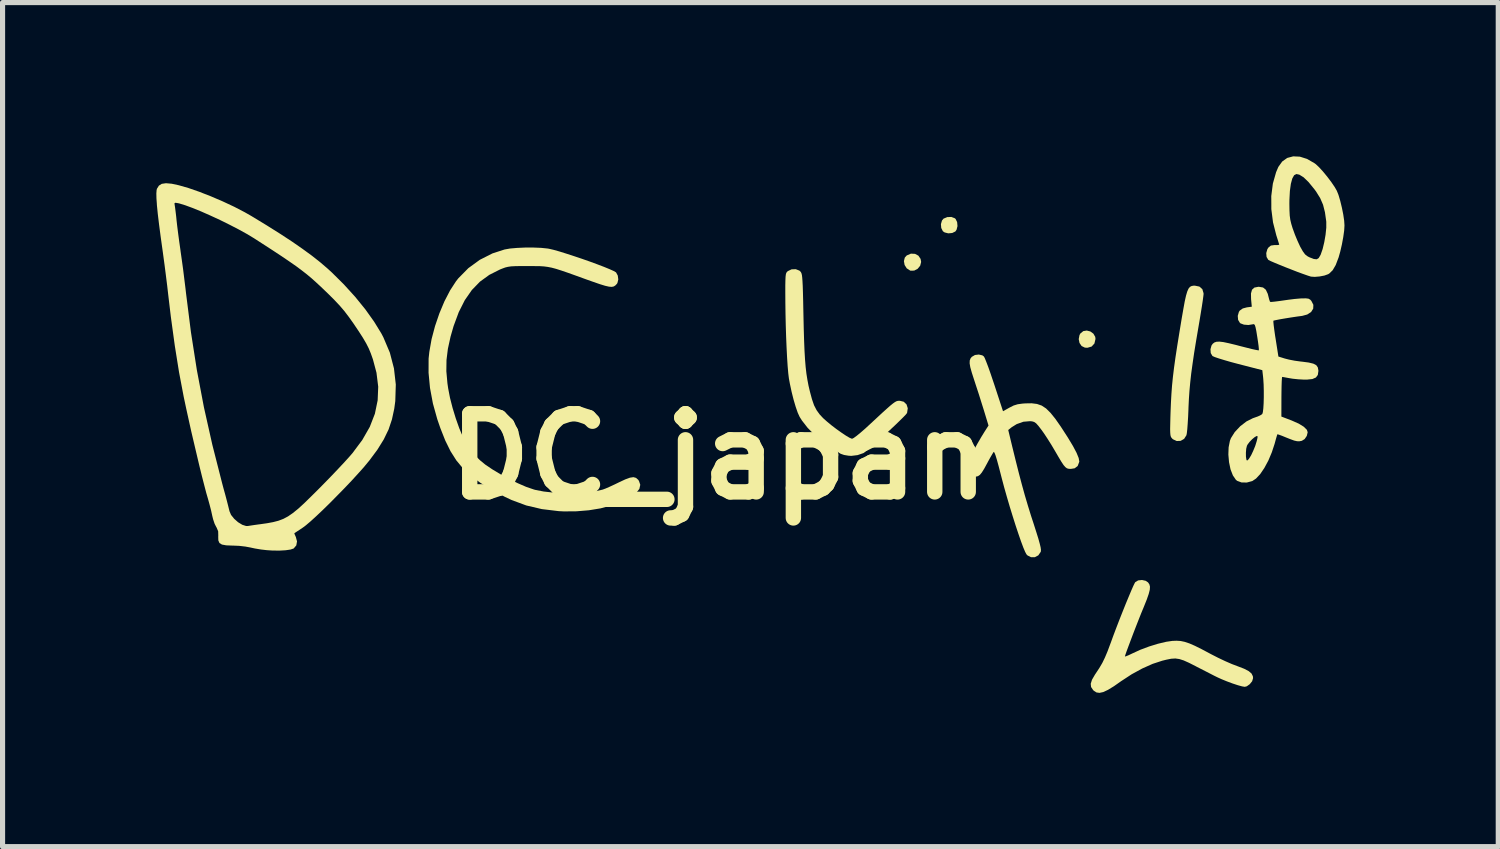
<source format=kicad_pcb>
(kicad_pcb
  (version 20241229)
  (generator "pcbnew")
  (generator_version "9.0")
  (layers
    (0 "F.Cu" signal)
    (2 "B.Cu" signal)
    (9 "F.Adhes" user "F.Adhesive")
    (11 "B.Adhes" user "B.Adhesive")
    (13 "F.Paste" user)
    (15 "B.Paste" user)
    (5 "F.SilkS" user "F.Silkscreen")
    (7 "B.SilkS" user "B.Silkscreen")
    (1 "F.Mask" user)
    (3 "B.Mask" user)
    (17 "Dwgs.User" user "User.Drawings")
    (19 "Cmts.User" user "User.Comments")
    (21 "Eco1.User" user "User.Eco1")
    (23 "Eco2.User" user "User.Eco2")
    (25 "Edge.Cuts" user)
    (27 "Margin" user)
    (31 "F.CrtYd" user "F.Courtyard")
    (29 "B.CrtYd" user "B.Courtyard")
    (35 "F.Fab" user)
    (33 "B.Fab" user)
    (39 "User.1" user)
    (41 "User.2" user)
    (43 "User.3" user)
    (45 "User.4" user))
  (footprint "DC_japan"
    (layer "F.Cu")
    (at 10.975 5.856)
    (property "Reference" "DC_japan" (at 0 0 0) (layer "F.SilkS") (effects (font (size 1.524 1.524) (thickness 0.3))))
    (attr board_only exclude_from_pos_files exclude_from_bom)
    (fp_poly (pts (xy 3.824 -3.954) (xy 3.89 -3.919) (xy 3.933 -3.856) (xy 3.944 -3.796) (xy 3.925 -3.722) (xy 3.875 -3.662) (xy 3.808 -3.627) (xy 3.736 -3.626) (xy 3.728 -3.629) (xy 3.662 -3.672) (xy 3.621 -3.738) (xy 3.608 -3.812) (xy 3.625 -3.881) (xy 3.663 -3.923) (xy 3.744 -3.958)) (stroke (width 0) (type solid)) (fill yes) (layer "F.SilkS"))
    (fp_poly (pts (xy 7.245 -2.44) (xy 7.304 -2.397) (xy 7.34 -2.335) (xy 7.345 -2.294) (xy 7.324 -2.205) (xy 7.27 -2.146) (xy 7.188 -2.122) (xy 7.137 -2.125) (xy 7.074 -2.156) (xy 7.033 -2.216) (xy 7.018 -2.291) (xy 7.033 -2.37) (xy 7.052 -2.403) (xy 7.107 -2.447) (xy 7.175 -2.458)) (stroke (width 0) (type solid)) (fill yes) (layer "F.SilkS"))
    (fp_poly (pts (xy 4.599 -4.649) (xy 4.616 -4.635) (xy 4.646 -4.573) (xy 4.653 -4.496) (xy 4.635 -4.425) (xy 4.612 -4.391) (xy 4.55 -4.361) (xy 4.473 -4.354) (xy 4.402 -4.372) (xy 4.368 -4.395) (xy 4.336 -4.459) (xy 4.33 -4.534) (xy 4.35 -4.604) (xy 4.381 -4.641) (xy 4.454 -4.671) (xy 4.533 -4.674)) (stroke (width 0) (type solid)) (fill yes) (layer "F.SilkS"))
    (fp_poly (pts (xy 9.371 -3.316) (xy 9.429 -3.266) (xy 9.453 -3.186) (xy 9.453 -3.165) (xy 9.448 -3.122) (xy 9.437 -3.04) (xy 9.42 -2.928) (xy 9.398 -2.792) (xy 9.373 -2.641) (xy 9.357 -2.547) (xy 9.309 -2.265) (xy 9.269 -2.02) (xy 9.238 -1.807) (xy 9.212 -1.618) (xy 9.193 -1.445) (xy 9.178 -1.282) (xy 9.167 -1.122) (xy 9.159 -0.956) (xy 9.158 -0.92) (xy 9.152 -0.778) (xy 9.144 -0.648) (xy 9.136 -0.538) (xy 9.127 -0.457) (xy 9.119 -0.416) (xy 9.074 -0.345) (xy 9.006 -0.306) (xy 8.929 -0.303) (xy 8.856 -0.337) (xy 8.843 -0.349) (xy 8.827 -0.367) (xy 8.815 -0.388) (xy 8.807 -0.418) (xy 8.803 -0.465) (xy 8.801 -0.534) (xy 8.803 -0.631) (xy 8.806 -0.764) (xy 8.81 -0.888) (xy 8.817 -1.057) (xy 8.826 -1.219) (xy 8.838 -1.382) (xy 8.855 -1.55) (xy 8.877 -1.732) (xy 8.905 -1.934) (xy 8.94 -2.162) (xy 8.982 -2.422) (xy 9.026 -2.69) (xy 9.059 -2.879) (xy 9.086 -3.027) (xy 9.111 -3.139) (xy 9.135 -3.22) (xy 9.16 -3.276) (xy 9.188 -3.31) (xy 9.221 -3.327) (xy 9.261 -3.334) (xy 9.282 -3.334)) (stroke (width 0) (type solid)) (fill yes) (layer "F.SilkS"))
    (fp_poly (pts (xy 8.325 2.424) (xy 8.37 2.455) (xy 8.396 2.493) (xy 8.408 2.538) (xy 8.404 2.599) (xy 8.383 2.681) (xy 8.345 2.79) (xy 8.287 2.935) (xy 8.284 2.942) (xy 8.238 3.053) (xy 8.188 3.179) (xy 8.135 3.314) (xy 8.082 3.451) (xy 8.033 3.581) (xy 7.989 3.698) (xy 7.953 3.795) (xy 7.929 3.864) (xy 7.919 3.898) (xy 7.919 3.9) (xy 7.937 3.897) (xy 7.987 3.877) (xy 8.057 3.844) (xy 8.063 3.841) (xy 8.22 3.769) (xy 8.391 3.705) (xy 8.563 3.652) (xy 8.722 3.614) (xy 8.845 3.596) (xy 8.928 3.593) (xy 9.006 3.598) (xy 9.086 3.615) (xy 9.176 3.645) (xy 9.282 3.691) (xy 9.413 3.756) (xy 9.575 3.842) (xy 9.605 3.858) (xy 9.734 3.924) (xy 9.873 3.99) (xy 10.006 4.048) (xy 10.114 4.089) (xy 10.244 4.139) (xy 10.334 4.186) (xy 10.389 4.233) (xy 10.415 4.286) (xy 10.419 4.322) (xy 10.401 4.383) (xy 10.354 4.441) (xy 10.296 4.482) (xy 10.256 4.492) (xy 10.203 4.483) (xy 10.12 4.46) (xy 10.017 4.426) (xy 9.907 4.385) (xy 9.802 4.342) (xy 9.725 4.307) (xy 9.656 4.273) (xy 9.559 4.223) (xy 9.444 4.164) (xy 9.324 4.103) (xy 9.3 4.09) (xy 9.168 4.023) (xy 9.065 3.977) (xy 8.98 3.95) (xy 8.903 3.939) (xy 8.822 3.944) (xy 8.726 3.963) (xy 8.646 3.983) (xy 8.46 4.044) (xy 8.258 4.134) (xy 8.051 4.247) (xy 7.854 4.376) (xy 7.849 4.379) (xy 7.705 4.48) (xy 7.589 4.551) (xy 7.497 4.594) (xy 7.424 4.61) (xy 7.365 4.602) (xy 7.314 4.57) (xy 7.298 4.554) (xy 7.259 4.496) (xy 7.252 4.432) (xy 7.277 4.353) (xy 7.335 4.253) (xy 7.348 4.234) (xy 7.42 4.125) (xy 7.478 4.026) (xy 7.529 3.921) (xy 7.58 3.8) (xy 7.637 3.647) (xy 7.64 3.64) (xy 7.693 3.494) (xy 7.752 3.338) (xy 7.814 3.177) (xy 7.877 3.018) (xy 7.938 2.866) (xy 7.995 2.729) (xy 8.044 2.612) (xy 8.084 2.521) (xy 8.112 2.464) (xy 8.122 2.449) (xy 8.177 2.416) (xy 8.252 2.408)) (stroke (width 0) (type solid)) (fill yes) (layer "F.SilkS"))
    (fp_poly (pts (xy 1.569 -3.627) (xy 1.588 -3.61) (xy 1.6 -3.594) (xy 1.61 -3.572) (xy 1.618 -3.54) (xy 1.624 -3.492) (xy 1.629 -3.424) (xy 1.634 -3.331) (xy 1.638 -3.207) (xy 1.642 -3.05) (xy 1.646 -2.852) (xy 1.648 -2.755) (xy 1.654 -2.485) (xy 1.661 -2.255) (xy 1.669 -2.059) (xy 1.679 -1.892) (xy 1.691 -1.746) (xy 1.706 -1.617) (xy 1.725 -1.498) (xy 1.747 -1.382) (xy 1.773 -1.272) (xy 1.814 -1.119) (xy 1.855 -1) (xy 1.904 -0.905) (xy 1.964 -0.822) (xy 2.032 -0.749) (xy 2.105 -0.684) (xy 2.193 -0.611) (xy 2.29 -0.537) (xy 2.387 -0.468) (xy 2.475 -0.409) (xy 2.546 -0.367) (xy 2.591 -0.348) (xy 2.597 -0.347) (xy 2.628 -0.362) (xy 2.686 -0.404) (xy 2.764 -0.468) (xy 2.855 -0.547) (xy 2.921 -0.608) (xy 3.067 -0.743) (xy 3.183 -0.851) (xy 3.274 -0.933) (xy 3.343 -0.994) (xy 3.395 -1.036) (xy 3.433 -1.063) (xy 3.463 -1.079) (xy 3.488 -1.086) (xy 3.512 -1.088) (xy 3.528 -1.088) (xy 3.605 -1.069) (xy 3.659 -1.017) (xy 3.683 -0.942) (xy 3.67 -0.854) (xy 3.668 -0.849) (xy 3.646 -0.82) (xy 3.595 -0.767) (xy 3.521 -0.694) (xy 3.431 -0.607) (xy 3.329 -0.512) (xy 3.222 -0.413) (xy 3.116 -0.318) (xy 3.017 -0.23) (xy 2.931 -0.156) (xy 2.864 -0.1) (xy 2.821 -0.069) (xy 2.817 -0.067) (xy 2.704 -0.028) (xy 2.58 -0.013) (xy 2.524 -0.017) (xy 2.44 -0.031) (xy 2.374 -0.054) (xy 2.31 -0.093) (xy 2.235 -0.151) (xy 2.146 -0.22) (xy 2.049 -0.29) (xy 1.983 -0.335) (xy 1.855 -0.433) (xy 1.729 -0.561) (xy 1.619 -0.702) (xy 1.573 -0.775) (xy 1.537 -0.854) (xy 1.497 -0.969) (xy 1.456 -1.108) (xy 1.417 -1.263) (xy 1.383 -1.422) (xy 1.364 -1.525) (xy 1.352 -1.623) (xy 1.34 -1.761) (xy 1.329 -1.93) (xy 1.319 -2.125) (xy 1.31 -2.338) (xy 1.303 -2.562) (xy 1.298 -2.791) (xy 1.295 -3.016) (xy 1.295 -3.032) (xy 1.294 -3.205) (xy 1.294 -3.336) (xy 1.296 -3.434) (xy 1.299 -3.503) (xy 1.304 -3.549) (xy 1.312 -3.579) (xy 1.324 -3.599) (xy 1.339 -3.613) (xy 1.343 -3.617) (xy 1.416 -3.652) (xy 1.498 -3.655)) (stroke (width 0) (type solid)) (fill yes) (layer "F.SilkS"))
    (fp_poly (pts (xy 11.332 -5.85) (xy 11.471 -5.806) (xy 11.614 -5.724) (xy 11.642 -5.704) (xy 11.704 -5.646) (xy 11.782 -5.561) (xy 11.866 -5.459) (xy 11.946 -5.353) (xy 12.013 -5.254) (xy 12.052 -5.186) (xy 12.085 -5.104) (xy 12.119 -4.989) (xy 12.151 -4.857) (xy 12.178 -4.723) (xy 12.196 -4.601) (xy 12.202 -4.508) (xy 12.196 -4.408) (xy 12.178 -4.28) (xy 12.152 -4.139) (xy 12.12 -4) (xy 12.086 -3.879) (xy 12.085 -3.878) (xy 12.031 -3.736) (xy 11.972 -3.635) (xy 11.906 -3.571) (xy 11.883 -3.557) (xy 11.811 -3.531) (xy 11.717 -3.513) (xy 11.623 -3.505) (xy 11.548 -3.51) (xy 11.542 -3.512) (xy 11.482 -3.531) (xy 11.394 -3.562) (xy 11.287 -3.601) (xy 11.169 -3.647) (xy 11.049 -3.694) (xy 10.935 -3.74) (xy 10.836 -3.781) (xy 10.762 -3.813) (xy 10.719 -3.835) (xy 10.715 -3.838) (xy 10.682 -3.894) (xy 10.676 -3.969) (xy 10.697 -4.044) (xy 10.717 -4.076) (xy 10.767 -4.116) (xy 10.838 -4.126) (xy 10.844 -4.126) (xy 10.899 -4.126) (xy 10.928 -4.131) (xy 10.929 -4.133) (xy 10.922 -4.158) (xy 10.904 -4.216) (xy 10.879 -4.295) (xy 10.873 -4.313) (xy 10.808 -4.568) (xy 10.775 -4.827) (xy 10.775 -4.932) (xy 11.127 -4.932) (xy 11.129 -4.801) (xy 11.134 -4.701) (xy 11.145 -4.619) (xy 11.164 -4.539) (xy 11.192 -4.447) (xy 11.193 -4.446) (xy 11.235 -4.33) (xy 11.286 -4.207) (xy 11.335 -4.101) (xy 11.341 -4.089) (xy 11.391 -4.001) (xy 11.434 -3.943) (xy 11.482 -3.906) (xy 11.518 -3.887) (xy 11.603 -3.854) (xy 11.66 -3.848) (xy 11.7 -3.873) (xy 11.734 -3.931) (xy 11.739 -3.942) (xy 11.776 -4.049) (xy 11.808 -4.183) (xy 11.833 -4.327) (xy 11.847 -4.464) (xy 11.847 -4.577) (xy 11.846 -4.59) (xy 11.821 -4.766) (xy 11.784 -4.912) (xy 11.728 -5.041) (xy 11.648 -5.17) (xy 11.613 -5.217) (xy 11.502 -5.353) (xy 11.405 -5.447) (xy 11.321 -5.499) (xy 11.264 -5.511) (xy 11.22 -5.488) (xy 11.184 -5.424) (xy 11.156 -5.32) (xy 11.137 -5.181) (xy 11.128 -5.009) (xy 11.127 -4.932) (xy 10.775 -4.932) (xy 10.774 -5.082) (xy 10.805 -5.325) (xy 10.868 -5.547) (xy 10.912 -5.65) (xy 10.987 -5.755) (xy 11.085 -5.825) (xy 11.202 -5.856)) (stroke (width 0) (type solid)) (fill yes) (layer "F.SilkS"))
    (fp_poly (pts (xy 5.138 -1.974) (xy 5.169 -1.951) (xy 5.186 -1.918) (xy 5.215 -1.847) (xy 5.253 -1.747) (xy 5.297 -1.622) (xy 5.345 -1.48) (xy 5.373 -1.397) (xy 5.541 -0.884) (xy 5.668 -0.955) (xy 5.749 -0.996) (xy 5.827 -1.02) (xy 5.921 -1.033) (xy 5.977 -1.037) (xy 6.1 -1.039) (xy 6.204 -1.026) (xy 6.296 -0.994) (xy 6.381 -0.938) (xy 6.467 -0.853) (xy 6.561 -0.737) (xy 6.668 -0.584) (xy 6.675 -0.573) (xy 6.804 -0.374) (xy 6.905 -0.206) (xy 6.976 -0.072) (xy 7.017 0.029) (xy 7.029 0.096) (xy 7.028 0.104) (xy 6.997 0.185) (xy 6.939 0.229) (xy 6.863 0.241) (xy 6.823 0.239) (xy 6.789 0.23) (xy 6.758 0.207) (xy 6.722 0.166) (xy 6.679 0.101) (xy 6.622 0.006) (xy 6.557 -0.106) (xy 6.487 -0.224) (xy 6.411 -0.345) (xy 6.339 -0.454) (xy 6.291 -0.521) (xy 6.231 -0.599) (xy 6.187 -0.648) (xy 6.15 -0.674) (xy 6.11 -0.686) (xy 6.068 -0.69) (xy 5.938 -0.679) (xy 5.808 -0.633) (xy 5.71 -0.572) (xy 5.643 -0.518) (xy 5.718 -0.207) (xy 5.788 0.078) (xy 5.851 0.328) (xy 5.91 0.551) (xy 5.967 0.757) (xy 6.026 0.956) (xy 6.088 1.157) (xy 6.135 1.3) (xy 6.189 1.469) (xy 6.23 1.6) (xy 6.257 1.698) (xy 6.274 1.768) (xy 6.281 1.817) (xy 6.279 1.85) (xy 6.276 1.86) (xy 6.23 1.927) (xy 6.163 1.963) (xy 6.088 1.964) (xy 6.019 1.929) (xy 5.998 1.907) (xy 5.973 1.86) (xy 5.937 1.775) (xy 5.893 1.657) (xy 5.843 1.513) (xy 5.788 1.348) (xy 5.731 1.168) (xy 5.673 0.98) (xy 5.617 0.789) (xy 5.564 0.602) (xy 5.517 0.425) (xy 5.501 0.363) (xy 5.457 0.193) (xy 5.422 0.065) (xy 5.395 -0.023) (xy 5.375 -0.074) (xy 5.361 -0.091) (xy 5.357 -0.088) (xy 5.336 -0.055) (xy 5.299 0.008) (xy 5.254 0.089) (xy 5.234 0.127) (xy 5.174 0.237) (xy 5.127 0.312) (xy 5.089 0.358) (xy 5.052 0.383) (xy 5.011 0.392) (xy 4.978 0.394) (xy 4.892 0.376) (xy 4.837 0.326) (xy 4.816 0.244) (xy 4.816 0.236) (xy 4.828 0.187) (xy 4.86 0.106) (xy 4.909 0.001) (xy 4.97 -0.121) (xy 5.041 -0.25) (xy 5.117 -0.381) (xy 5.179 -0.482) (xy 5.258 -0.605) (xy 5.165 -0.911) (xy 5.119 -1.057) (xy 5.068 -1.22) (xy 5.016 -1.378) (xy 4.979 -1.492) (xy 4.933 -1.634) (xy 4.903 -1.741) (xy 4.89 -1.818) (xy 4.892 -1.875) (xy 4.909 -1.917) (xy 4.932 -1.945) (xy 4.994 -1.981) (xy 5.069 -1.99)) (stroke (width 0) (type solid)) (fill yes) (layer "F.SilkS"))
    (fp_poly (pts (xy -3.469 -4.071) (xy -3.343 -4.058) (xy -3.314 -4.053) (xy -3.228 -4.033) (xy -3.114 -4.001) (xy -2.98 -3.959) (xy -2.832 -3.911) (xy -2.677 -3.859) (xy -2.523 -3.805) (xy -2.376 -3.751) (xy -2.245 -3.701) (xy -2.135 -3.656) (xy -2.055 -3.62) (xy -2.01 -3.594) (xy -2.007 -3.591) (xy -1.974 -3.531) (xy -1.964 -3.455) (xy -1.981 -3.385) (xy -1.993 -3.367) (xy -2.021 -3.338) (xy -2.052 -3.318) (xy -2.091 -3.31) (xy -2.145 -3.314) (xy -2.22 -3.331) (xy -2.321 -3.362) (xy -2.454 -3.408) (xy -2.598 -3.459) (xy -2.791 -3.529) (xy -2.947 -3.585) (xy -3.073 -3.628) (xy -3.176 -3.661) (xy -3.262 -3.684) (xy -3.339 -3.699) (xy -3.414 -3.709) (xy -3.492 -3.714) (xy -3.582 -3.715) (xy -3.689 -3.716) (xy -3.728 -3.716) (xy -3.87 -3.716) (xy -3.976 -3.714) (xy -4.055 -3.71) (xy -4.116 -3.701) (xy -4.17 -3.688) (xy -4.224 -3.668) (xy -4.272 -3.649) (xy -4.48 -3.544) (xy -4.662 -3.412) (xy -4.821 -3.248) (xy -4.958 -3.051) (xy -5.076 -2.817) (xy -5.177 -2.544) (xy -5.236 -2.339) (xy -5.288 -2.102) (xy -5.315 -1.883) (xy -5.318 -1.664) (xy -5.297 -1.429) (xy -5.282 -1.327) (xy -5.247 -1.146) (xy -5.196 -0.947) (xy -5.134 -0.744) (xy -5.066 -0.552) (xy -4.996 -0.386) (xy -4.972 -0.336) (xy -4.902 -0.218) (xy -4.81 -0.092) (xy -4.71 0.025) (xy -4.662 0.072) (xy -4.56 0.156) (xy -4.424 0.248) (xy -4.266 0.343) (xy -4.096 0.436) (xy -3.925 0.52) (xy -3.764 0.59) (xy -3.622 0.639) (xy -3.589 0.649) (xy -3.42 0.682) (xy -3.223 0.704) (xy -3.011 0.714) (xy -2.795 0.713) (xy -2.589 0.7) (xy -2.404 0.676) (xy -2.269 0.645) (xy -2.215 0.625) (xy -2.132 0.589) (xy -2.033 0.543) (xy -1.953 0.504) (xy -1.829 0.446) (xy -1.736 0.412) (xy -1.668 0.402) (xy -1.618 0.416) (xy -1.577 0.452) (xy -1.561 0.475) (xy -1.535 0.551) (xy -1.553 0.631) (xy -1.602 0.693) (xy -1.654 0.732) (xy -1.737 0.781) (xy -1.838 0.835) (xy -1.945 0.888) (xy -2.046 0.933) (xy -2.114 0.959) (xy -2.311 1.011) (xy -2.538 1.048) (xy -2.78 1.068) (xy -3.024 1.07) (xy -3.126 1.065) (xy -3.456 1.025) (xy -3.759 0.954) (xy -4.045 0.848) (xy -4.179 0.785) (xy -4.436 0.647) (xy -4.654 0.513) (xy -4.837 0.378) (xy -4.991 0.234) (xy -5.123 0.075) (xy -5.237 -0.105) (xy -5.339 -0.312) (xy -5.434 -0.552) (xy -5.495 -0.729) (xy -5.58 -1.034) (xy -5.637 -1.339) (xy -5.665 -1.634) (xy -5.664 -1.911) (xy -5.65 -2.042) (xy -5.606 -2.291) (xy -5.539 -2.544) (xy -5.454 -2.793) (xy -5.355 -3.029) (xy -5.245 -3.241) (xy -5.129 -3.42) (xy -5.084 -3.477) (xy -4.889 -3.675) (xy -4.665 -3.838) (xy -4.418 -3.963) (xy -4.183 -4.039) (xy -4.076 -4.058) (xy -3.937 -4.07) (xy -3.78 -4.077) (xy -3.619 -4.077)) (stroke (width 0) (type solid)) (fill yes) (layer "F.SilkS"))
    (fp_poly (pts (xy 10.613 -3.298) (xy 10.668 -3.254) (xy 10.706 -3.173) (xy 10.717 -3.129) (xy 10.733 -3.066) (xy 10.747 -3.025) (xy 10.751 -3.018) (xy 10.777 -3.016) (xy 10.839 -3.022) (xy 10.926 -3.033) (xy 10.99 -3.042) (xy 11.109 -3.059) (xy 11.23 -3.074) (xy 11.333 -3.083) (xy 11.365 -3.085) (xy 11.448 -3.086) (xy 11.499 -3.08) (xy 11.533 -3.061) (xy 11.556 -3.036) (xy 11.595 -2.96) (xy 11.592 -2.885) (xy 11.551 -2.82) (xy 11.476 -2.771) (xy 11.377 -2.744) (xy 11.271 -2.73) (xy 11.158 -2.713) (xy 11.046 -2.695) (xy 10.947 -2.678) (xy 10.87 -2.663) (xy 10.824 -2.653) (xy 10.815 -2.649) (xy 10.815 -2.624) (xy 10.821 -2.561) (xy 10.833 -2.469) (xy 10.849 -2.356) (xy 10.859 -2.295) (xy 10.913 -1.951) (xy 11.038 -1.912) (xy 11.12 -1.891) (xy 11.229 -1.87) (xy 11.344 -1.854) (xy 11.374 -1.851) (xy 11.504 -1.834) (xy 11.595 -1.812) (xy 11.652 -1.782) (xy 11.682 -1.739) (xy 11.693 -1.68) (xy 11.693 -1.667) (xy 11.682 -1.592) (xy 11.645 -1.542) (xy 11.576 -1.512) (xy 11.472 -1.501) (xy 11.407 -1.501) (xy 11.301 -1.507) (xy 11.193 -1.518) (xy 11.12 -1.53) (xy 11.05 -1.543) (xy 11 -1.552) (xy 10.986 -1.553) (xy 10.982 -1.53) (xy 10.978 -1.469) (xy 10.975 -1.377) (xy 10.973 -1.262) (xy 10.972 -1.166) (xy 10.971 -0.78) (xy 11.175 -0.702) (xy 11.312 -0.641) (xy 11.41 -0.58) (xy 11.469 -0.521) (xy 11.484 -0.474) (xy 11.467 -0.403) (xy 11.425 -0.341) (xy 11.37 -0.307) (xy 11.323 -0.298) (xy 11.277 -0.299) (xy 11.22 -0.312) (xy 11.141 -0.341) (xy 11.063 -0.372) (xy 10.985 -0.404) (xy 10.925 -0.426) (xy 10.895 -0.435) (xy 10.893 -0.434) (xy 10.885 -0.411) (xy 10.868 -0.354) (xy 10.846 -0.274) (xy 10.839 -0.248) (xy 10.784 -0.081) (xy 10.717 0.078) (xy 10.64 0.221) (xy 10.559 0.341) (xy 10.477 0.429) (xy 10.404 0.478) (xy 10.296 0.507) (xy 10.193 0.505) (xy 10.109 0.474) (xy 10.084 0.454) (xy 10.025 0.368) (xy 9.979 0.249) (xy 9.95 0.11) (xy 9.937 -0.037) (xy 9.938 -0.074) (xy 10.279 -0.074) (xy 10.28 0.004) (xy 10.289 0.061) (xy 10.295 0.074) (xy 10.314 0.073) (xy 10.344 0.036) (xy 10.382 -0.027) (xy 10.421 -0.11) (xy 10.459 -0.202) (xy 10.467 -0.226) (xy 10.491 -0.304) (xy 10.505 -0.366) (xy 10.507 -0.397) (xy 10.487 -0.4) (xy 10.448 -0.377) (xy 10.399 -0.336) (xy 10.351 -0.286) (xy 10.313 -0.236) (xy 10.299 -0.21) (xy 10.285 -0.151) (xy 10.279 -0.074) (xy 9.938 -0.074) (xy 9.942 -0.18) (xy 9.967 -0.307) (xy 9.987 -0.359) (xy 10.062 -0.478) (xy 10.168 -0.591) (xy 10.29 -0.685) (xy 10.415 -0.748) (xy 10.438 -0.756) (xy 10.514 -0.783) (xy 10.574 -0.812) (xy 10.599 -0.831) (xy 10.61 -0.867) (xy 10.619 -0.94) (xy 10.625 -1.04) (xy 10.628 -1.157) (xy 10.628 -1.281) (xy 10.625 -1.403) (xy 10.618 -1.513) (xy 10.613 -1.566) (xy 10.599 -1.685) (xy 10.133 -1.805) (xy 9.99 -1.843) (xy 9.862 -1.88) (xy 9.754 -1.913) (xy 9.674 -1.94) (xy 9.631 -1.959) (xy 9.626 -1.962) (xy 9.593 -2.019) (xy 9.588 -2.094) (xy 9.608 -2.166) (xy 9.632 -2.2) (xy 9.664 -2.225) (xy 9.705 -2.239) (xy 9.761 -2.242) (xy 9.839 -2.233) (xy 9.944 -2.211) (xy 10.084 -2.177) (xy 10.175 -2.153) (xy 10.294 -2.123) (xy 10.397 -2.097) (xy 10.476 -2.08) (xy 10.522 -2.072) (xy 10.531 -2.072) (xy 10.532 -2.098) (xy 10.526 -2.16) (xy 10.514 -2.248) (xy 10.5 -2.338) (xy 10.482 -2.45) (xy 10.467 -2.522) (xy 10.454 -2.563) (xy 10.439 -2.581) (xy 10.421 -2.582) (xy 10.414 -2.58) (xy 10.328 -2.566) (xy 10.241 -2.573) (xy 10.174 -2.598) (xy 10.163 -2.606) (xy 10.127 -2.666) (xy 10.12 -2.744) (xy 10.142 -2.821) (xy 10.159 -2.847) (xy 10.218 -2.889) (xy 10.297 -2.91) (xy 10.394 -2.923) (xy 10.38 -3.071) (xy 10.378 -3.181) (xy 10.398 -3.254) (xy 10.444 -3.296) (xy 10.519 -3.311) (xy 10.535 -3.311)) (stroke (width 0) (type solid)) (fill yes) (layer "F.SilkS"))
    (fp_poly (pts (xy -10.675 -5.322) (xy -10.536 -5.292) (xy -10.351 -5.239) (xy -10.138 -5.165) (xy -9.91 -5.076) (xy -9.679 -4.977) (xy -9.455 -4.872) (xy -9.251 -4.766) (xy -9.123 -4.693) (xy -8.822 -4.51) (xy -8.558 -4.344) (xy -8.326 -4.192) (xy -8.123 -4.051) (xy -7.942 -3.919) (xy -7.781 -3.792) (xy -7.634 -3.666) (xy -7.552 -3.591) (xy -7.317 -3.358) (xy -7.097 -3.116) (xy -6.898 -2.871) (xy -6.727 -2.631) (xy -6.587 -2.403) (xy -6.547 -2.327) (xy -6.42 -2.027) (xy -6.34 -1.72) (xy -6.304 -1.405) (xy -6.314 -1.082) (xy -6.334 -0.934) (xy -6.379 -0.725) (xy -6.445 -0.528) (xy -6.539 -0.334) (xy -6.663 -0.134) (xy -6.822 0.08) (xy -6.839 0.1) (xy -6.928 0.208) (xy -7.04 0.333) (xy -7.167 0.472) (xy -7.305 0.617) (xy -7.449 0.764) (xy -7.592 0.909) (xy -7.73 1.044) (xy -7.858 1.165) (xy -7.969 1.266) (xy -8.06 1.343) (xy -8.113 1.383) (xy -8.188 1.433) (xy -8.246 1.471) (xy -8.28 1.493) (xy -8.283 1.495) (xy -8.278 1.515) (xy -8.258 1.56) (xy -8.254 1.569) (xy -8.231 1.655) (xy -8.245 1.733) (xy -8.295 1.792) (xy -8.298 1.794) (xy -8.357 1.814) (xy -8.453 1.828) (xy -8.576 1.835) (xy -8.717 1.833) (xy -8.822 1.826) (xy -8.935 1.813) (xy -9.054 1.793) (xy -9.142 1.774) (xy -9.239 1.756) (xy -9.359 1.742) (xy -9.478 1.737) (xy -9.491 1.737) (xy -9.613 1.732) (xy -9.695 1.717) (xy -9.744 1.687) (xy -9.766 1.636) (xy -9.768 1.561) (xy -9.767 1.547) (xy -9.769 1.459) (xy -9.799 1.386) (xy -9.807 1.374) (xy -9.839 1.31) (xy -9.868 1.223) (xy -9.885 1.154) (xy -9.906 1.057) (xy -9.936 0.94) (xy -9.967 0.828) (xy -9.969 0.821) (xy -10.001 0.711) (xy -10.04 0.562) (xy -10.086 0.383) (xy -10.136 0.18) (xy -10.188 -0.04) (xy -10.242 -0.269) (xy -10.296 -0.499) (xy -10.346 -0.725) (xy -10.393 -0.938) (xy -10.434 -1.131) (xy -10.442 -1.169) (xy -10.532 -1.643) (xy -10.615 -2.161) (xy -10.692 -2.725) (xy -10.744 -3.161) (xy -10.764 -3.336) (xy -10.789 -3.535) (xy -10.815 -3.738) (xy -10.84 -3.922) (xy -10.848 -3.982) (xy -10.889 -4.275) (xy -10.922 -4.525) (xy -10.947 -4.733) (xy -10.964 -4.902) (xy -10.966 -4.94) (xy -10.622 -4.94) (xy -10.617 -4.905) (xy -10.61 -4.86) (xy -10.6 -4.781) (xy -10.588 -4.681) (xy -10.581 -4.608) (xy -10.568 -4.495) (xy -10.55 -4.352) (xy -10.529 -4.195) (xy -10.507 -4.041) (xy -10.501 -3.994) (xy -10.479 -3.84) (xy -10.454 -3.659) (xy -10.43 -3.466) (xy -10.407 -3.281) (xy -10.396 -3.184) (xy -10.3 -2.424) (xy -10.185 -1.688) (xy -10.047 -0.961) (xy -9.883 -0.23) (xy -9.692 0.52) (xy -9.667 0.614) (xy -9.631 0.744) (xy -9.599 0.865) (xy -9.573 0.967) (xy -9.555 1.039) (xy -9.549 1.065) (xy -9.518 1.138) (xy -9.458 1.213) (xy -9.381 1.281) (xy -9.299 1.331) (xy -9.224 1.355) (xy -9.192 1.355) (xy -9.141 1.347) (xy -9.061 1.335) (xy -8.967 1.322) (xy -8.956 1.321) (xy -8.816 1.301) (xy -8.697 1.279) (xy -8.593 1.252) (xy -8.498 1.216) (xy -8.406 1.167) (xy -8.312 1.102) (xy -8.208 1.018) (xy -8.09 0.91) (xy -7.951 0.774) (xy -7.814 0.638) (xy -7.681 0.503) (xy -7.546 0.364) (xy -7.418 0.229) (xy -7.303 0.106) (xy -7.208 0.001) (xy -7.149 -0.067) (xy -6.958 -0.323) (xy -6.812 -0.578) (xy -6.712 -0.835) (xy -6.658 -1.096) (xy -6.647 -1.362) (xy -6.681 -1.636) (xy -6.75 -1.895) (xy -6.791 -2.011) (xy -6.833 -2.112) (xy -6.883 -2.21) (xy -6.947 -2.319) (xy -7.032 -2.451) (xy -7.039 -2.461) (xy -7.138 -2.608) (xy -7.226 -2.731) (xy -7.31 -2.841) (xy -7.399 -2.945) (xy -7.5 -3.052) (xy -7.62 -3.172) (xy -7.768 -3.314) (xy -7.77 -3.316) (xy -7.861 -3.4) (xy -7.949 -3.479) (xy -8.04 -3.555) (xy -8.139 -3.632) (xy -8.249 -3.714) (xy -8.377 -3.803) (xy -8.527 -3.905) (xy -8.703 -4.021) (xy -8.91 -4.155) (xy -9.071 -4.259) (xy -9.207 -4.341) (xy -9.368 -4.43) (xy -9.546 -4.522) (xy -9.732 -4.614) (xy -9.92 -4.701) (xy -10.101 -4.781) (xy -10.268 -4.849) (xy -10.412 -4.902) (xy -10.526 -4.937) (xy -10.553 -4.943) (xy -10.604 -4.951) (xy -10.622 -4.94) (xy -10.966 -4.94) (xy -10.973 -5.035) (xy -10.975 -5.133) (xy -10.97 -5.199) (xy -10.963 -5.225) (xy -10.925 -5.285) (xy -10.869 -5.32) (xy -10.787 -5.332)) (stroke (width 0) (type solid)) (fill yes) (layer "F.SilkS")))
  (gr_rect
    (start -3 -3)
    (end 26.177 13.466)
    (stroke (width 0.1) (type default))
    (fill no)
    (layer "Edge.Cuts")))
</source>
